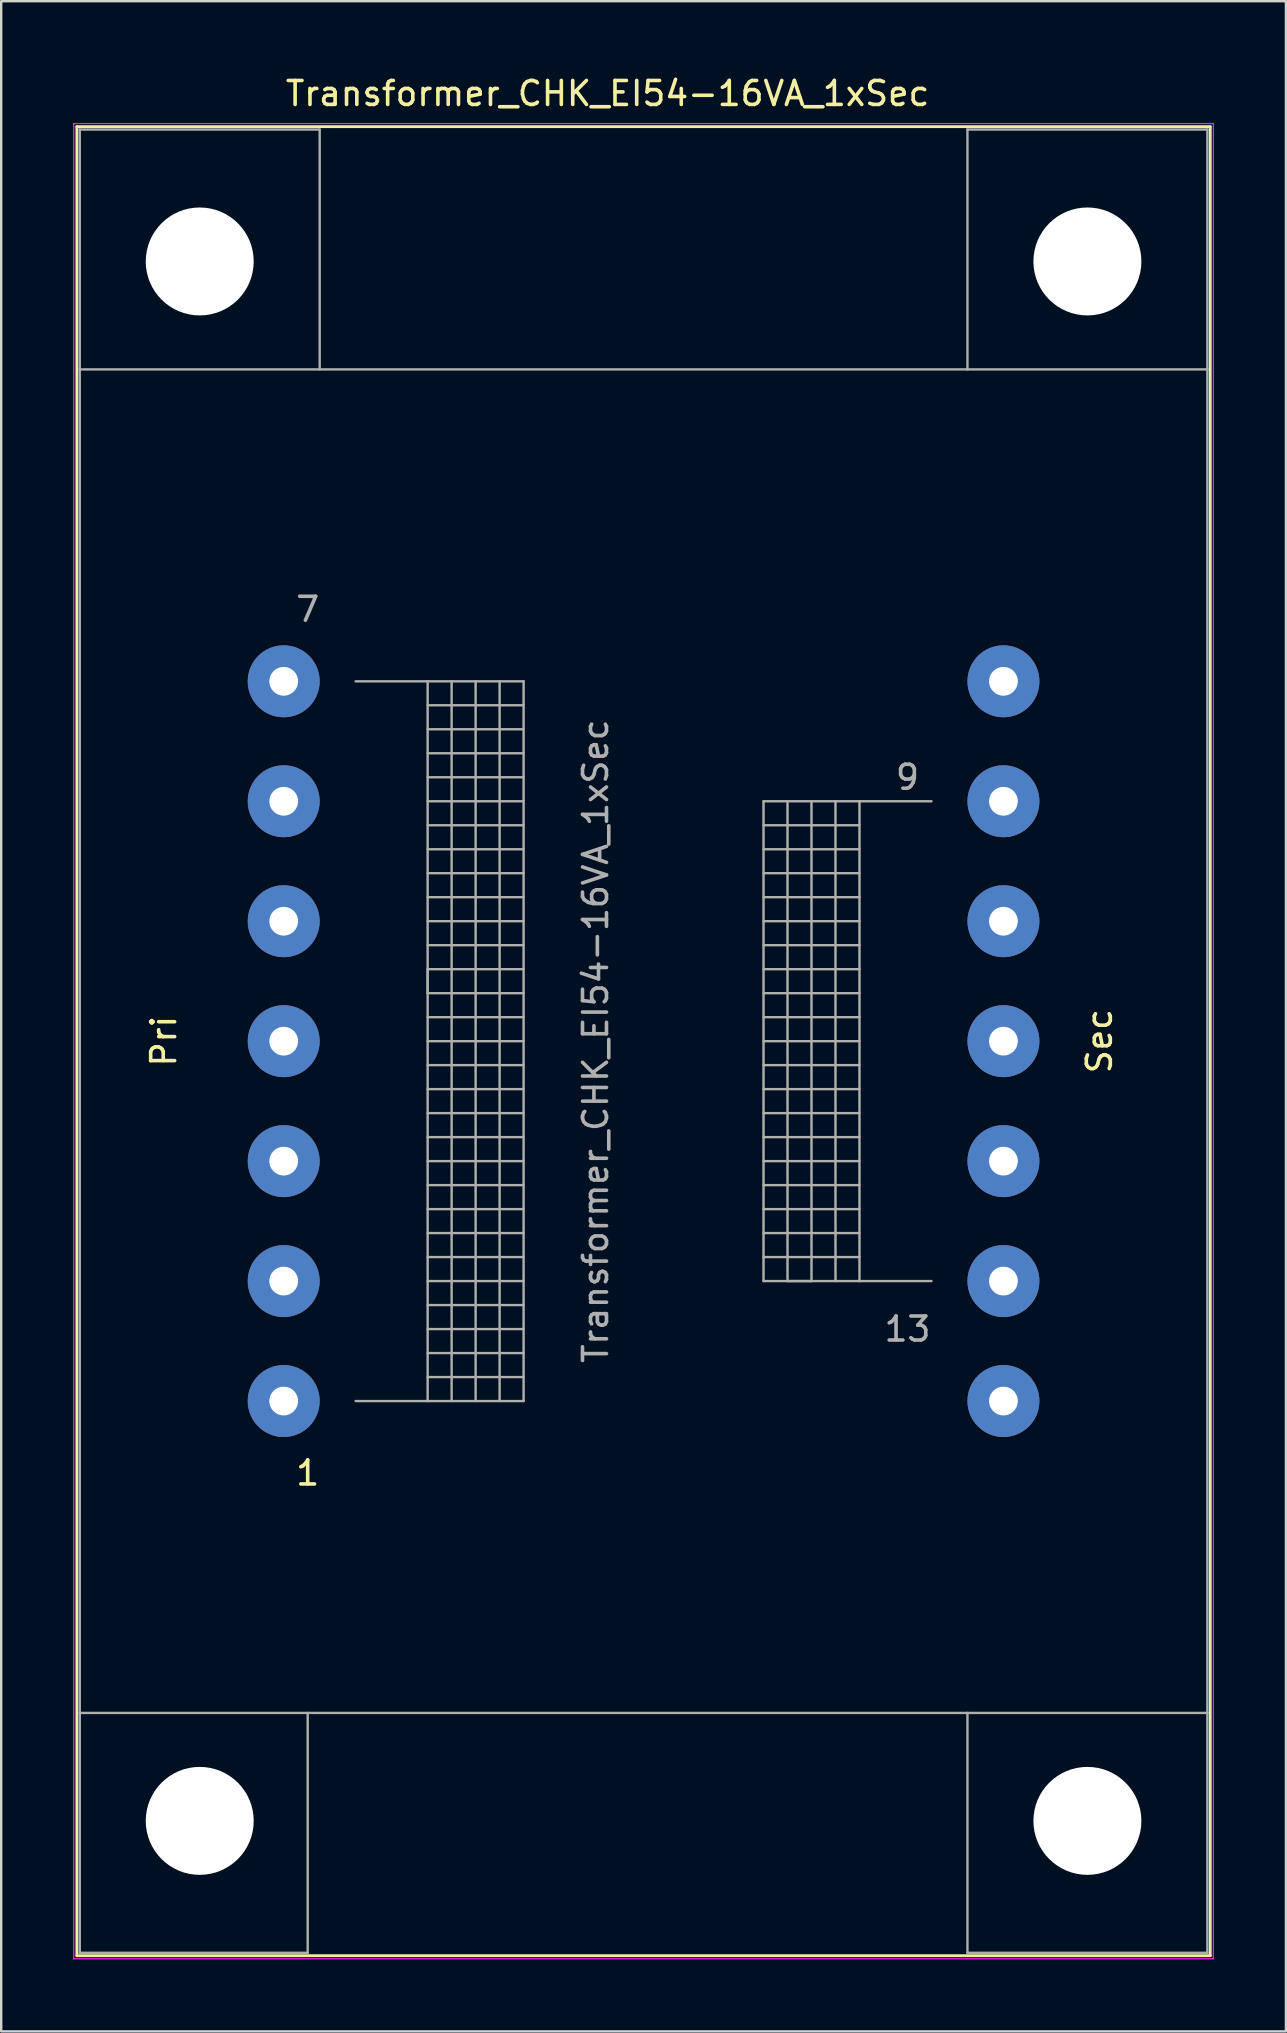
<source format=kicad_pcb>
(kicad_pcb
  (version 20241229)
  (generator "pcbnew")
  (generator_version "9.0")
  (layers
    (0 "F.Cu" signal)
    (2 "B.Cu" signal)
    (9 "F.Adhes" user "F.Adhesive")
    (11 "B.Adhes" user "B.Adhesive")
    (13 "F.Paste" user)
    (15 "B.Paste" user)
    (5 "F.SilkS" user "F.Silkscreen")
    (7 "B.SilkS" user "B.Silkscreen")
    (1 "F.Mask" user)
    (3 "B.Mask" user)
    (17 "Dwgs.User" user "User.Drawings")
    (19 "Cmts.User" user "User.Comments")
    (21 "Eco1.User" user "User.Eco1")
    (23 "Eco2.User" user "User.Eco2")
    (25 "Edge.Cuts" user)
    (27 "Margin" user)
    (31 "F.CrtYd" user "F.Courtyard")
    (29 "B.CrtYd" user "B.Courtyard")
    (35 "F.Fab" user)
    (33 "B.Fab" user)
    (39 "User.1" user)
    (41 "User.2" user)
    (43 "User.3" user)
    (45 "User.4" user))
  (footprint "Transformer_CHK_EI54-16VA_1xSec"
    (layer "F.Cu")
    (at 8.775 55.348)
    (property "Reference" "Transformer_CHK_EI54-16VA_1xSec" (at 13.5 -54.5 0) (layer "F.SilkS") (effects (font (size 1 1) (thickness 0.15))))
    (attr through_hole)
    (fp_line (start -8.62 -53.12) (end -8.62 23.12) (stroke (width 0.12) (type solid)) (layer "F.SilkS"))
    (fp_line (start -8.62 -53.12) (end 38.62 -53.12) (stroke (width 0.12) (type solid)) (layer "F.SilkS"))
    (fp_line (start 38.62 23.12) (end -8.62 23.12) (stroke (width 0.12) (type solid)) (layer "F.SilkS"))
    (fp_line (start 38.62 23.12) (end 38.62 -53.12) (stroke (width 0.12) (type solid)) (layer "F.SilkS"))
    (fp_line (start -8.75 -53.25) (end -8.75 23.25) (stroke (width 0.05) (type solid)) (layer "F.CrtYd"))
    (fp_line (start -8.75 -53.25) (end 38.75 -53.25) (stroke (width 0.05) (type solid)) (layer "F.CrtYd"))
    (fp_line (start 38.75 23.25) (end -8.75 23.25) (stroke (width 0.05) (type solid)) (layer "F.CrtYd"))
    (fp_line (start 38.75 23.25) (end 38.75 -53.25) (stroke (width 0.05) (type solid)) (layer "F.CrtYd"))
    (fp_line (start -8.5 -53) (end 1.5 -53) (stroke (width 0.1) (type solid)) (layer "F.Fab"))
    (fp_line (start -8.5 -43) (end -8.5 -53) (stroke (width 0.1) (type solid)) (layer "F.Fab"))
    (fp_line (start -8.5 -43) (end -8.5 13) (stroke (width 0.1) (type solid)) (layer "F.Fab"))
    (fp_line (start -8.5 13) (end -8.5 23) (stroke (width 0.1) (type solid)) (layer "F.Fab"))
    (fp_line (start -8.5 13) (end 38.5 13) (stroke (width 0.1) (type solid)) (layer "F.Fab"))
    (fp_line (start -8.5 23) (end 1 23) (stroke (width 0.1) (type solid)) (layer "F.Fab"))
    (fp_line (start 1 23) (end 1 13) (stroke (width 0.1) (type solid)) (layer "F.Fab"))
    (fp_line (start 1.5 -53) (end 1.5 -43) (stroke (width 0.1) (type solid)) (layer "F.Fab"))
    (fp_line (start 3 -30) (end 6 -30) (stroke (width 0.1) (type solid)) (layer "F.Fab"))
    (fp_line (start 6 -30) (end 6 0) (stroke (width 0.1) (type solid)) (layer "F.Fab"))
    (fp_line (start 6 -30) (end 10 -30) (stroke (width 0.1) (type solid)) (layer "F.Fab"))
    (fp_line (start 6 -29) (end 10 -29) (stroke (width 0.1) (type solid)) (layer "F.Fab"))
    (fp_line (start 6 -27) (end 10 -27) (stroke (width 0.1) (type solid)) (layer "F.Fab"))
    (fp_line (start 6 -25) (end 10 -25) (stroke (width 0.1) (type solid)) (layer "F.Fab"))
    (fp_line (start 6 -23) (end 10 -23) (stroke (width 0.1) (type solid)) (layer "F.Fab"))
    (fp_line (start 6 -21) (end 10 -21) (stroke (width 0.1) (type solid)) (layer "F.Fab"))
    (fp_line (start 6 -19) (end 10 -19) (stroke (width 0.1) (type solid)) (layer "F.Fab"))
    (fp_line (start 6 -18) (end 6 -17) (stroke (width 0.1) (type solid)) (layer "F.Fab"))
    (fp_line (start 6 -17) (end 10 -17) (stroke (width 0.1) (type solid)) (layer "F.Fab"))
    (fp_line (start 6 -15) (end 10 -15) (stroke (width 0.1) (type solid)) (layer "F.Fab"))
    (fp_line (start 6 -13) (end 10 -13) (stroke (width 0.1) (type solid)) (layer "F.Fab"))
    (fp_line (start 6 -11) (end 10 -11) (stroke (width 0.1) (type solid)) (layer "F.Fab"))
    (fp_line (start 6 -9) (end 10 -9) (stroke (width 0.1) (type solid)) (layer "F.Fab"))
    (fp_line (start 6 -7) (end 10 -7) (stroke (width 0.1) (type solid)) (layer "F.Fab"))
    (fp_line (start 6 -5) (end 10 -5) (stroke (width 0.1) (type solid)) (layer "F.Fab"))
    (fp_line (start 6 -3) (end 10 -3) (stroke (width 0.1) (type solid)) (layer "F.Fab"))
    (fp_line (start 6 -1) (end 10 -1) (stroke (width 0.1) (type solid)) (layer "F.Fab"))
    (fp_line (start 6 0) (end 3 0) (stroke (width 0.1) (type solid)) (layer "F.Fab"))
    (fp_line (start 7 0) (end 7 -30) (stroke (width 0.1) (type solid)) (layer "F.Fab"))
    (fp_line (start 8 -30) (end 8 0) (stroke (width 0.1) (type solid)) (layer "F.Fab"))
    (fp_line (start 9 0) (end 9 -30) (stroke (width 0.1) (type solid)) (layer "F.Fab"))
    (fp_line (start 10 -30) (end 10 0) (stroke (width 0.1) (type solid)) (layer "F.Fab"))
    (fp_line (start 10 -28) (end 6 -28) (stroke (width 0.1) (type solid)) (layer "F.Fab"))
    (fp_line (start 10 -26) (end 6 -26) (stroke (width 0.1) (type solid)) (layer "F.Fab"))
    (fp_line (start 10 -24) (end 6 -24) (stroke (width 0.1) (type solid)) (layer "F.Fab"))
    (fp_line (start 10 -22) (end 6 -22) (stroke (width 0.1) (type solid)) (layer "F.Fab"))
    (fp_line (start 10 -20) (end 6 -20) (stroke (width 0.1) (type solid)) (layer "F.Fab"))
    (fp_line (start 10 -18) (end 6 -18) (stroke (width 0.1) (type solid)) (layer "F.Fab"))
    (fp_line (start 10 -16) (end 6 -16) (stroke (width 0.1) (type solid)) (layer "F.Fab"))
    (fp_line (start 10 -14) (end 6 -14) (stroke (width 0.1) (type solid)) (layer "F.Fab"))
    (fp_line (start 10 -12) (end 6 -12) (stroke (width 0.1) (type solid)) (layer "F.Fab"))
    (fp_line (start 10 -10) (end 6 -10) (stroke (width 0.1) (type solid)) (layer "F.Fab"))
    (fp_line (start 10 -8) (end 6 -8) (stroke (width 0.1) (type solid)) (layer "F.Fab"))
    (fp_line (start 10 -6) (end 6 -6) (stroke (width 0.1) (type solid)) (layer "F.Fab"))
    (fp_line (start 10 -4) (end 6 -4) (stroke (width 0.1) (type solid)) (layer "F.Fab"))
    (fp_line (start 10 -2) (end 6 -2) (stroke (width 0.1) (type solid)) (layer "F.Fab"))
    (fp_line (start 10 0) (end 6 0) (stroke (width 0.1) (type solid)) (layer "F.Fab"))
    (fp_line (start 20 -25) (end 20 -5) (stroke (width 0.1) (type solid)) (layer "F.Fab"))
    (fp_line (start 20 -24) (end 24 -24) (stroke (width 0.1) (type solid)) (layer "F.Fab"))
    (fp_line (start 20 -22) (end 24 -22) (stroke (width 0.1) (type solid)) (layer "F.Fab"))
    (fp_line (start 20 -20) (end 24 -20) (stroke (width 0.1) (type solid)) (layer "F.Fab"))
    (fp_line (start 20 -18) (end 24 -18) (stroke (width 0.1) (type solid)) (layer "F.Fab"))
    (fp_line (start 20 -16) (end 24 -16) (stroke (width 0.1) (type solid)) (layer "F.Fab"))
    (fp_line (start 20 -14) (end 24 -14) (stroke (width 0.1) (type solid)) (layer "F.Fab"))
    (fp_line (start 20 -12) (end 24 -12) (stroke (width 0.1) (type solid)) (layer "F.Fab"))
    (fp_line (start 20 -10) (end 24 -10) (stroke (width 0.1) (type solid)) (layer "F.Fab"))
    (fp_line (start 20 -8) (end 24 -8) (stroke (width 0.1) (type solid)) (layer "F.Fab"))
    (fp_line (start 20 -6) (end 24 -6) (stroke (width 0.1) (type solid)) (layer "F.Fab"))
    (fp_line (start 20 -5) (end 24 -5) (stroke (width 0.1) (type solid)) (layer "F.Fab"))
    (fp_line (start 21 -5) (end 21 -25) (stroke (width 0.1) (type solid)) (layer "F.Fab"))
    (fp_line (start 22 -25) (end 22 -5) (stroke (width 0.1) (type solid)) (layer "F.Fab"))
    (fp_line (start 22 -5) (end 21 -5) (stroke (width 0.1) (type solid)) (layer "F.Fab"))
    (fp_line (start 23 -5) (end 23 -25) (stroke (width 0.1) (type solid)) (layer "F.Fab"))
    (fp_line (start 24 -25) (end 20 -25) (stroke (width 0.1) (type solid)) (layer "F.Fab"))
    (fp_line (start 24 -25) (end 24 -5) (stroke (width 0.1) (type solid)) (layer "F.Fab"))
    (fp_line (start 24 -23) (end 20 -23) (stroke (width 0.1) (type solid)) (layer "F.Fab"))
    (fp_line (start 24 -21) (end 20 -21) (stroke (width 0.1) (type solid)) (layer "F.Fab"))
    (fp_line (start 24 -19) (end 20 -19) (stroke (width 0.1) (type solid)) (layer "F.Fab"))
    (fp_line (start 24 -17) (end 20 -17) (stroke (width 0.1) (type solid)) (layer "F.Fab"))
    (fp_line (start 24 -15) (end 20 -15) (stroke (width 0.1) (type solid)) (layer "F.Fab"))
    (fp_line (start 24 -13) (end 20 -13) (stroke (width 0.1) (type solid)) (layer "F.Fab"))
    (fp_line (start 24 -11) (end 20 -11) (stroke (width 0.1) (type solid)) (layer "F.Fab"))
    (fp_line (start 24 -9) (end 20 -9) (stroke (width 0.1) (type solid)) (layer "F.Fab"))
    (fp_line (start 24 -7) (end 20 -7) (stroke (width 0.1) (type solid)) (layer "F.Fab"))
    (fp_line (start 24 -5) (end 27 -5) (stroke (width 0.1) (type solid)) (layer "F.Fab"))
    (fp_line (start 27 -25) (end 24 -25) (stroke (width 0.1) (type solid)) (layer "F.Fab"))
    (fp_line (start 28.5 -53) (end 28.5 -43) (stroke (width 0.1) (type solid)) (layer "F.Fab"))
    (fp_line (start 28.5 23) (end 28.5 13) (stroke (width 0.1) (type solid)) (layer "F.Fab"))
    (fp_line (start 38.5 -53) (end 28.5 -53) (stroke (width 0.1) (type solid)) (layer "F.Fab"))
    (fp_line (start 38.5 -43) (end -8.5 -43) (stroke (width 0.1) (type solid)) (layer "F.Fab"))
    (fp_line (start 38.5 -43) (end 38.5 -53) (stroke (width 0.1) (type solid)) (layer "F.Fab"))
    (fp_line (start 38.5 13) (end 38.5 -43) (stroke (width 0.1) (type solid)) (layer "F.Fab"))
    (fp_line (start 38.5 13) (end 38.5 23) (stroke (width 0.1) (type solid)) (layer "F.Fab"))
    (fp_line (start 38.5 23) (end 28.5 23) (stroke (width 0.1) (type solid)) (layer "F.Fab"))
    (fp_text user "Sec" (at 34 -15 90) (layer "F.SilkS") (effects (font (size 1 1) (thickness 0.15))))
    (fp_text user "Pri" (at -5 -15 90) (layer "F.SilkS") (effects (font (size 1 1) (thickness 0.15))))
    (fp_text user "1" (at 1 3 0) (layer "F.SilkS") (effects (font (size 1 1) (thickness 0.15))))
    (fp_text user "${REFERENCE}" (at 13 -15 90) (layer "F.Fab") (effects (font (size 1 1) (thickness 0.15))))
    (fp_text user "9" (at 26 -26 0) (layer "F.Fab") (effects (font (size 1 1) (thickness 0.15))))
    (fp_text user "13" (at 26 -3 0) (layer "F.Fab") (effects (font (size 1 1) (thickness 0.15))))
    (fp_text user "7" (at 1 -33 0) (layer "F.Fab") (effects (font (size 1 1) (thickness 0.15))))
    (pad "" np_thru_hole circle (at -3.5 -47.5) (size 4.5 4.5) (drill 4.5) (layers "*.Cu" "*.Mask"))
    (pad "" np_thru_hole circle (at -3.5 17.5) (size 4.5 4.5) (drill 4.5) (layers "*.Cu" "*.Mask"))
    (pad "" np_thru_hole circle (at 33.5 -47.5) (size 4.5 4.5) (drill 4.5) (layers "*.Cu" "*.Mask"))
    (pad "" np_thru_hole circle (at 33.5 17.5) (size 4.5 4.5) (drill 4.5) (layers "*.Cu" "*.Mask"))
    (pad "1" thru_hole circle (at 0 0) (size 3 3) (drill 1.2) (layers "*.Cu" "*.Mask"))
    (pad "2" thru_hole circle (at 0 -5) (size 3 3) (drill 1.2) (layers "*.Cu" "*.Mask"))
    (pad "3" thru_hole circle (at 0 -10) (size 3 3) (drill 1.2) (layers "*.Cu" "*.Mask"))
    (pad "4" thru_hole circle (at 0 -15) (size 3 3) (drill 1.2) (layers "*.Cu" "*.Mask"))
    (pad "5" thru_hole circle (at 0 -20) (size 3 3) (drill 1.2) (layers "*.Cu" "*.Mask"))
    (pad "6" thru_hole circle (at 0 -25) (size 3 3) (drill 1.2) (layers "*.Cu" "*.Mask"))
    (pad "7" thru_hole circle (at 0 -30) (size 3 3) (drill 1.2) (layers "*.Cu" "*.Mask"))
    (pad "8" thru_hole circle (at 30 -30) (size 3 3) (drill 1.2) (layers "*.Cu" "*.Mask"))
    (pad "9" thru_hole circle (at 30 -25) (size 3 3) (drill 1.2) (layers "*.Cu" "*.Mask"))
    (pad "10" thru_hole circle (at 30 -20) (size 3 3) (drill 1.2) (layers "*.Cu" "*.Mask"))
    (pad "11" thru_hole circle (at 30 -15) (size 3 3) (drill 1.2) (layers "*.Cu" "*.Mask"))
    (pad "12" thru_hole circle (at 30 -10) (size 3 3) (drill 1.2) (layers "*.Cu" "*.Mask"))
    (pad "13" thru_hole circle (at 30 -5) (size 3 3) (drill 1.2) (layers "*.Cu" "*.Mask"))
    (pad "14" thru_hole circle (at 30 0) (size 3 3) (drill 1.2) (layers "*.Cu" "*.Mask")))
  (gr_rect
    (start -3 -3)
    (end 50.55 81.623)
    (stroke (width 0.1) (type default))
    (fill no)
    (layer "Edge.Cuts")))
</source>
